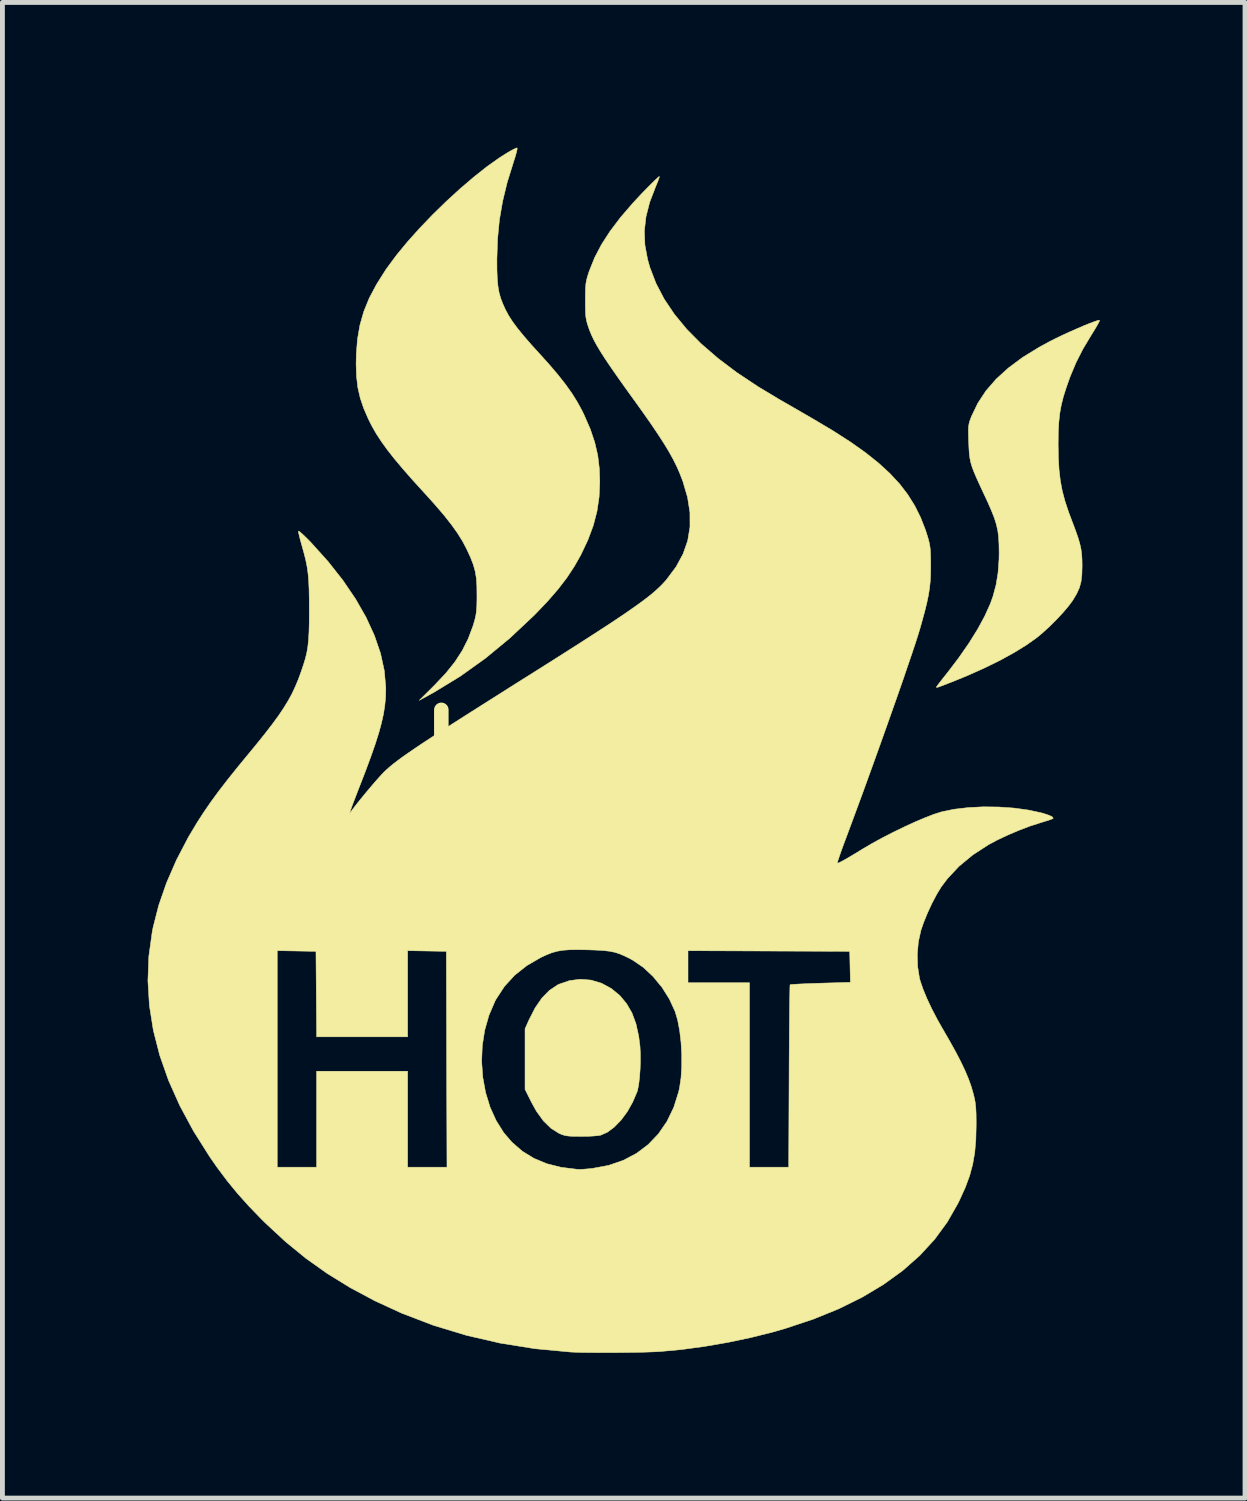
<source format=kicad_pcb>
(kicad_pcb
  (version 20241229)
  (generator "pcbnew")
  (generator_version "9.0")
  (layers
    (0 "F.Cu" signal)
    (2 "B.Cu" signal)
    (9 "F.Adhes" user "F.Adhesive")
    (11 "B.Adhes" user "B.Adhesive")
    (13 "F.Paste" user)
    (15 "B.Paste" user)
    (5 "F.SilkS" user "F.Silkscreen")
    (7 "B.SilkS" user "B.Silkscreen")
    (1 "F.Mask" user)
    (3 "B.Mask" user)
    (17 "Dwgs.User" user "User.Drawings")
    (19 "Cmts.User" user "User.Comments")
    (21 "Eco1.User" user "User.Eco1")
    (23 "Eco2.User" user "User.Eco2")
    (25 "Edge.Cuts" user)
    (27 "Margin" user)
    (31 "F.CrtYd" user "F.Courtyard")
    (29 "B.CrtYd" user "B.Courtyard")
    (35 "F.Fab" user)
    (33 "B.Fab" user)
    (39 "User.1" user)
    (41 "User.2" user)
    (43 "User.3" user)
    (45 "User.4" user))
  (footprint "hot_big"
    (layer "F.Cu")
    (at 9.839 12.446)
    (property "Reference" "hot_big" (at 0 0 0) (layer "F.SilkS") (effects (font (size 1.524 1.524) (thickness 0.3))))
    (attr through_hole)
    (fp_poly (pts (xy -0.681 4.747) (xy -0.465 4.812) (xy -0.263 4.921) (xy -0.088 5.065) (xy 0.053 5.234) (xy 0.164 5.426) (xy 0.246 5.648) (xy 0.303 5.906) (xy 0.329 6.11) (xy 0.337 6.256) (xy 0.338 6.42) (xy 0.332 6.591) (xy 0.32 6.756) (xy 0.303 6.901) (xy 0.281 7.014) (xy 0.271 7.05) (xy 0.179 7.266) (xy 0.067 7.465) (xy -0.062 7.639) (xy -0.202 7.783) (xy -0.346 7.89) (xy -0.483 7.95) (xy -0.543 7.96) (xy -0.64 7.968) (xy -0.76 7.974) (xy -0.889 7.975) (xy -1.027 7.974) (xy -1.126 7.97) (xy -1.2 7.961) (xy -1.261 7.945) (xy -1.322 7.921) (xy -1.343 7.912) (xy -1.508 7.808) (xy -1.664 7.656) (xy -1.808 7.458) (xy -1.91 7.274) (xy -2.045 7.003) (xy -2.045 5.753) (xy -1.964 5.571) (xy -1.836 5.32) (xy -1.696 5.117) (xy -1.542 4.96) (xy -1.373 4.847) (xy -1.348 4.834) (xy -1.128 4.758) (xy -0.904 4.729) (xy -0.681 4.747)) (stroke (width 0.01) (type solid)) (fill yes) (layer "F.SilkS"))
    (fp_poly (pts (xy 9.821 -8.882) (xy 9.814 -8.856) (xy 9.783 -8.796) (xy 9.734 -8.711) (xy 9.67 -8.607) (xy 9.653 -8.58) (xy 9.479 -8.29) (xy 9.336 -8.009) (xy 9.213 -7.716) (xy 9.132 -7.487) (xy 9.073 -7.3) (xy 9.03 -7.128) (xy 8.999 -6.957) (xy 8.98 -6.776) (xy 8.969 -6.571) (xy 8.966 -6.328) (xy 8.966 -6.325) (xy 8.971 -6.04) (xy 8.985 -5.792) (xy 9.011 -5.569) (xy 9.051 -5.356) (xy 9.108 -5.142) (xy 9.184 -4.913) (xy 9.248 -4.744) (xy 9.319 -4.556) (xy 9.373 -4.403) (xy 9.411 -4.275) (xy 9.437 -4.161) (xy 9.452 -4.051) (xy 9.459 -3.933) (xy 9.461 -3.81) (xy 9.456 -3.629) (xy 9.439 -3.483) (xy 9.405 -3.357) (xy 9.349 -3.233) (xy 9.269 -3.099) (xy 9.184 -2.983) (xy 9.068 -2.846) (xy 8.932 -2.7) (xy 8.785 -2.554) (xy 8.638 -2.42) (xy 8.522 -2.324) (xy 8.312 -2.175) (xy 8.059 -2.019) (xy 7.77 -1.86) (xy 7.451 -1.703) (xy 7.11 -1.55) (xy 6.838 -1.438) (xy 6.695 -1.382) (xy 6.592 -1.342) (xy 6.523 -1.316) (xy 6.481 -1.302) (xy 6.46 -1.298) (xy 6.452 -1.302) (xy 6.452 -1.306) (xy 6.467 -1.329) (xy 6.508 -1.384) (xy 6.57 -1.464) (xy 6.647 -1.561) (xy 6.682 -1.605) (xy 6.913 -1.909) (xy 7.121 -2.208) (xy 7.302 -2.498) (xy 7.451 -2.773) (xy 7.565 -3.026) (xy 7.618 -3.172) (xy 7.684 -3.416) (xy 7.725 -3.667) (xy 7.745 -3.943) (xy 7.747 -4.086) (xy 7.744 -4.258) (xy 7.736 -4.405) (xy 7.719 -4.537) (xy 7.69 -4.665) (xy 7.648 -4.8) (xy 7.588 -4.951) (xy 7.51 -5.129) (xy 7.444 -5.27) (xy 7.354 -5.463) (xy 7.283 -5.619) (xy 7.229 -5.745) (xy 7.189 -5.851) (xy 7.161 -5.944) (xy 7.143 -6.033) (xy 7.131 -6.126) (xy 7.124 -6.231) (xy 7.119 -6.357) (xy 7.118 -6.363) (xy 7.114 -6.505) (xy 7.112 -6.609) (xy 7.116 -6.686) (xy 7.126 -6.749) (xy 7.143 -6.808) (xy 7.169 -6.877) (xy 7.176 -6.896) (xy 7.307 -7.169) (xy 7.476 -7.425) (xy 7.686 -7.667) (xy 7.938 -7.896) (xy 8.234 -8.116) (xy 8.578 -8.327) (xy 8.789 -8.442) (xy 8.916 -8.506) (xy 9.058 -8.574) (xy 9.206 -8.642) (xy 9.354 -8.707) (xy 9.493 -8.767) (xy 9.617 -8.817) (xy 9.717 -8.855) (xy 9.788 -8.878) (xy 9.82 -8.883) (xy 9.821 -8.882)) (stroke (width 0.01) (type solid)) (fill yes) (layer "F.SilkS"))
    (fp_poly (pts (xy -2.208 -12.415) (xy -2.222 -12.352) (xy -2.248 -12.259) (xy -2.284 -12.147) (xy -2.286 -12.139) (xy -2.414 -11.728) (xy -2.508 -11.339) (xy -2.574 -10.956) (xy -2.612 -10.565) (xy -2.626 -10.149) (xy -2.626 -10.135) (xy -2.625 -9.914) (xy -2.618 -9.735) (xy -2.604 -9.586) (xy -2.582 -9.457) (xy -2.549 -9.338) (xy -2.503 -9.219) (xy -2.451 -9.104) (xy -2.387 -8.984) (xy -2.305 -8.856) (xy -2.201 -8.715) (xy -2.07 -8.555) (xy -1.91 -8.37) (xy -1.77 -8.217) (xy -1.551 -7.974) (xy -1.366 -7.757) (xy -1.211 -7.56) (xy -1.079 -7.375) (xy -0.967 -7.196) (xy -0.869 -7.017) (xy -0.825 -6.926) (xy -0.697 -6.632) (xy -0.605 -6.358) (xy -0.543 -6.09) (xy -0.51 -5.814) (xy -0.501 -5.55) (xy -0.515 -5.233) (xy -0.559 -4.935) (xy -0.635 -4.643) (xy -0.746 -4.345) (xy -0.892 -4.036) (xy -1.027 -3.798) (xy -1.181 -3.564) (xy -1.362 -3.328) (xy -1.575 -3.082) (xy -1.825 -2.82) (xy -1.865 -2.78) (xy -2.358 -2.317) (xy -2.862 -1.901) (xy -3.382 -1.529) (xy -3.921 -1.2) (xy -4.026 -1.142) (xy -4.229 -1.031) (xy -3.911 -1.347) (xy -3.682 -1.59) (xy -3.494 -1.824) (xy -3.342 -2.058) (xy -3.22 -2.3) (xy -3.122 -2.561) (xy -3.107 -2.609) (xy -3.079 -2.706) (xy -3.06 -2.792) (xy -3.048 -2.88) (xy -3.041 -2.984) (xy -3.038 -3.119) (xy -3.038 -3.2) (xy -3.04 -3.396) (xy -3.051 -3.557) (xy -3.075 -3.699) (xy -3.114 -3.837) (xy -3.172 -3.986) (xy -3.249 -4.153) (xy -3.332 -4.312) (xy -3.435 -4.478) (xy -3.562 -4.656) (xy -3.715 -4.851) (xy -3.9 -5.067) (xy -4.119 -5.311) (xy -4.129 -5.321) (xy -4.365 -5.581) (xy -4.568 -5.812) (xy -4.741 -6.018) (xy -4.888 -6.205) (xy -5.012 -6.377) (xy -5.118 -6.539) (xy -5.208 -6.697) (xy -5.279 -6.837) (xy -5.377 -7.063) (xy -5.449 -7.276) (xy -5.498 -7.49) (xy -5.525 -7.719) (xy -5.534 -7.974) (xy -5.53 -8.172) (xy -5.506 -8.488) (xy -5.455 -8.782) (xy -5.375 -9.063) (xy -5.261 -9.342) (xy -5.11 -9.626) (xy -4.92 -9.926) (xy -4.886 -9.974) (xy -4.695 -10.232) (xy -4.472 -10.503) (xy -4.222 -10.781) (xy -3.954 -11.061) (xy -3.674 -11.334) (xy -3.389 -11.595) (xy -3.106 -11.837) (xy -2.832 -12.054) (xy -2.573 -12.238) (xy -2.413 -12.339) (xy -2.327 -12.389) (xy -2.257 -12.424) (xy -2.215 -12.441) (xy -2.209 -12.441) (xy -2.208 -12.415)) (stroke (width 0.01) (type solid)) (fill yes) (layer "F.SilkS"))
    (fp_poly (pts (xy 0.729 -11.852) (xy 0.725 -11.826) (xy 0.703 -11.764) (xy 0.669 -11.679) (xy 0.652 -11.639) (xy 0.53 -11.321) (xy 0.453 -11.02) (xy 0.42 -10.727) (xy 0.431 -10.436) (xy 0.486 -10.14) (xy 0.533 -9.974) (xy 0.661 -9.641) (xy 0.83 -9.318) (xy 1.041 -9.004) (xy 1.295 -8.696) (xy 1.594 -8.394) (xy 1.939 -8.096) (xy 2.33 -7.801) (xy 2.771 -7.508) (xy 3.188 -7.257) (xy 3.327 -7.177) (xy 3.494 -7.081) (xy 3.672 -6.978) (xy 3.843 -6.879) (xy 3.924 -6.832) (xy 4.322 -6.595) (xy 4.674 -6.369) (xy 4.983 -6.15) (xy 5.253 -5.935) (xy 5.487 -5.721) (xy 5.688 -5.505) (xy 5.859 -5.283) (xy 6.004 -5.051) (xy 6.125 -4.808) (xy 6.226 -4.549) (xy 6.266 -4.424) (xy 6.293 -4.332) (xy 6.311 -4.251) (xy 6.323 -4.169) (xy 6.33 -4.071) (xy 6.333 -3.947) (xy 6.334 -3.81) (xy 6.332 -3.645) (xy 6.325 -3.495) (xy 6.31 -3.352) (xy 6.287 -3.205) (xy 6.254 -3.046) (xy 6.209 -2.863) (xy 6.15 -2.648) (xy 6.108 -2.5) (xy 6.069 -2.372) (xy 6.014 -2.201) (xy 5.944 -1.991) (xy 5.861 -1.748) (xy 5.768 -1.474) (xy 5.664 -1.176) (xy 5.552 -0.858) (xy 5.434 -0.524) (xy 5.311 -0.179) (xy 5.185 0.173) (xy 5.057 0.527) (xy 4.93 0.878) (xy 4.803 1.222) (xy 4.68 1.555) (xy 4.562 1.872) (xy 4.536 1.941) (xy 4.489 2.07) (xy 4.45 2.182) (xy 4.421 2.268) (xy 4.407 2.32) (xy 4.406 2.332) (xy 4.435 2.325) (xy 4.505 2.29) (xy 4.616 2.228) (xy 4.768 2.137) (xy 4.937 2.034) (xy 5.126 1.923) (xy 5.336 1.808) (xy 5.56 1.693) (xy 5.787 1.583) (xy 6.009 1.481) (xy 6.217 1.393) (xy 6.4 1.322) (xy 6.551 1.274) (xy 6.562 1.271) (xy 6.818 1.218) (xy 7.109 1.184) (xy 7.42 1.168) (xy 7.74 1.172) (xy 8.056 1.194) (xy 8.354 1.235) (xy 8.621 1.293) (xy 8.674 1.308) (xy 8.784 1.345) (xy 8.848 1.378) (xy 8.864 1.404) (xy 8.86 1.41) (xy 8.83 1.423) (xy 8.763 1.447) (xy 8.668 1.476) (xy 8.59 1.5) (xy 8.385 1.566) (xy 8.159 1.652) (xy 7.928 1.75) (xy 7.712 1.852) (xy 7.531 1.948) (xy 7.205 2.16) (xy 6.92 2.395) (xy 6.68 2.651) (xy 6.551 2.822) (xy 6.458 2.975) (xy 6.36 3.161) (xy 6.267 3.362) (xy 6.186 3.561) (xy 6.131 3.721) (xy 6.079 3.957) (xy 6.057 4.211) (xy 6.064 4.466) (xy 6.101 4.703) (xy 6.117 4.763) (xy 6.174 4.931) (xy 6.256 5.129) (xy 6.358 5.345) (xy 6.474 5.567) (xy 6.561 5.721) (xy 6.717 5.991) (xy 6.848 6.226) (xy 6.955 6.432) (xy 7.042 6.615) (xy 7.112 6.781) (xy 7.168 6.936) (xy 7.212 7.087) (xy 7.215 7.1) (xy 7.239 7.197) (xy 7.255 7.287) (xy 7.265 7.384) (xy 7.271 7.498) (xy 7.273 7.644) (xy 7.273 7.747) (xy 7.266 8.046) (xy 7.243 8.31) (xy 7.201 8.552) (xy 7.138 8.787) (xy 7.049 9.028) (xy 6.931 9.288) (xy 6.896 9.36) (xy 6.678 9.742) (xy 6.415 10.101) (xy 6.107 10.436) (xy 5.755 10.747) (xy 5.358 11.034) (xy 4.918 11.297) (xy 4.433 11.537) (xy 3.904 11.752) (xy 3.331 11.942) (xy 3.079 12.015) (xy 2.62 12.13) (xy 2.14 12.231) (xy 1.656 12.314) (xy 1.184 12.378) (xy 0.738 12.419) (xy 0.724 12.42) (xy 0.59 12.426) (xy 0.418 12.432) (xy 0.217 12.436) (xy -0.001 12.439) (xy -0.228 12.441) (xy -0.452 12.441) (xy -0.664 12.44) (xy -0.854 12.438) (xy -1.011 12.433) (xy -1.105 12.429) (xy -1.84 12.36) (xy -2.558 12.245) (xy -3.257 12.084) (xy -3.936 11.878) (xy -4.592 11.627) (xy -5.15 11.37) (xy -5.66 11.097) (xy -6.13 10.807) (xy -6.571 10.494) (xy -6.993 10.149) (xy -7.406 9.766) (xy -7.481 9.692) (xy -7.747 9.417) (xy -7.982 9.155) (xy -8.196 8.894) (xy -8.402 8.619) (xy -8.558 8.395) (xy -8.892 7.866) (xy -9.175 7.341) (xy -9.408 6.819) (xy -9.59 6.301) (xy -9.722 5.785) (xy -9.803 5.273) (xy -9.834 4.763) (xy -9.815 4.255) (xy -9.799 4.139) (xy -7.163 4.139) (xy -7.163 8.611) (xy -6.35 8.611) (xy -6.35 6.629) (xy -4.47 6.629) (xy -4.47 8.611) (xy -3.657 8.611) (xy -3.664 6.428) (xy -2.941 6.428) (xy -2.918 6.752) (xy -2.86 7.068) (xy -2.768 7.369) (xy -2.642 7.648) (xy -2.484 7.9) (xy -2.315 8.096) (xy -2.1 8.282) (xy -1.861 8.429) (xy -1.596 8.539) (xy -1.299 8.614) (xy -0.967 8.655) (xy -0.94 8.657) (xy -0.886 8.656) (xy -0.798 8.65) (xy -0.691 8.64) (xy -0.648 8.635) (xy -0.319 8.574) (xy -0.017 8.47) (xy 0.257 8.326) (xy 0.5 8.143) (xy 0.71 7.923) (xy 0.886 7.667) (xy 1.026 7.378) (xy 1.127 7.058) (xy 1.146 6.973) (xy 1.177 6.766) (xy 1.191 6.532) (xy 1.191 6.284) (xy 1.177 6.033) (xy 1.149 5.793) (xy 1.108 5.576) (xy 1.055 5.396) (xy 1.054 5.394) (xy 0.935 5.136) (xy 0.781 4.892) (xy 0.705 4.801) (xy 1.321 4.801) (xy 2.591 4.801) (xy 2.591 8.611) (xy 3.401 8.611) (xy 3.409 6.733) (xy 3.41 6.429) (xy 3.412 6.14) (xy 3.414 5.869) (xy 3.416 5.622) (xy 3.418 5.401) (xy 3.42 5.212) (xy 3.423 5.057) (xy 3.425 4.941) (xy 3.427 4.868) (xy 3.43 4.842) (xy 3.458 4.838) (xy 3.529 4.833) (xy 3.638 4.827) (xy 3.776 4.821) (xy 3.936 4.815) (xy 4.059 4.811) (xy 4.675 4.793) (xy 4.668 4.473) (xy 4.661 4.153) (xy 1.321 4.14) (xy 1.321 4.801) (xy 0.705 4.801) (xy 0.599 4.672) (xy 0.397 4.483) (xy 0.181 4.336) (xy 0.151 4.319) (xy 0.027 4.256) (xy -0.081 4.209) (xy -0.185 4.174) (xy -0.298 4.151) (xy -0.429 4.136) (xy -0.591 4.127) (xy -0.737 4.122) (xy -0.947 4.118) (xy -1.117 4.12) (xy -1.258 4.13) (xy -1.378 4.15) (xy -1.49 4.181) (xy -1.603 4.226) (xy -1.718 4.279) (xy -2.009 4.448) (xy -2.26 4.647) (xy -2.47 4.877) (xy -2.642 5.139) (xy -2.665 5.182) (xy -2.79 5.473) (xy -2.878 5.782) (xy -2.928 6.103) (xy -2.941 6.428) (xy -3.664 6.428) (xy -3.664 6.382) (xy -3.67 4.153) (xy -4.47 4.139) (xy -4.47 5.918) (xy -6.349 5.918) (xy -6.363 4.153) (xy -7.163 4.139) (xy -9.799 4.139) (xy -9.745 3.75) (xy -9.727 3.658) (xy -9.611 3.203) (xy -9.449 2.737) (xy -9.244 2.266) (xy -8.999 1.796) (xy -8.817 1.492) (xy -8.681 1.281) (xy -8.533 1.066) (xy -8.368 0.841) (xy -8.181 0.599) (xy -7.967 0.332) (xy -7.809 0.14) (xy -7.598 -0.116) (xy -7.418 -0.34) (xy -7.266 -0.537) (xy -7.137 -0.713) (xy -7.029 -0.874) (xy -6.937 -1.024) (xy -6.858 -1.169) (xy -6.79 -1.314) (xy -6.727 -1.465) (xy -6.668 -1.627) (xy -6.619 -1.772) (xy -6.58 -1.9) (xy -6.551 -2.022) (xy -6.53 -2.148) (xy -6.516 -2.285) (xy -6.507 -2.444) (xy -6.502 -2.634) (xy -6.501 -2.864) (xy -6.501 -2.897) (xy -6.502 -3.139) (xy -6.506 -3.338) (xy -6.514 -3.507) (xy -6.527 -3.654) (xy -6.546 -3.788) (xy -6.572 -3.92) (xy -6.607 -4.06) (xy -6.646 -4.2) (xy -6.679 -4.318) (xy -6.705 -4.418) (xy -6.721 -4.491) (xy -6.725 -4.526) (xy -6.725 -4.527) (xy -6.706 -4.519) (xy -6.658 -4.479) (xy -6.588 -4.413) (xy -6.502 -4.328) (xy -6.457 -4.281) (xy -6.11 -3.895) (xy -5.806 -3.509) (xy -5.545 -3.125) (xy -5.328 -2.745) (xy -5.156 -2.37) (xy -5.03 -2.003) (xy -4.952 -1.644) (xy -4.921 -1.297) (xy -4.921 -1.245) (xy -4.926 -1.083) (xy -4.942 -0.919) (xy -4.969 -0.748) (xy -5.01 -0.564) (xy -5.065 -0.361) (xy -5.137 -0.133) (xy -5.227 0.125) (xy -5.336 0.419) (xy -5.429 0.66) (xy -5.49 0.816) (xy -5.545 0.96) (xy -5.592 1.082) (xy -5.627 1.176) (xy -5.647 1.234) (xy -5.651 1.245) (xy -5.669 1.308) (xy -5.624 1.245) (xy -5.557 1.156) (xy -5.467 1.042) (xy -5.361 0.912) (xy -5.25 0.779) (xy -5.143 0.654) (xy -5.049 0.548) (xy -5.004 0.499) (xy -4.955 0.448) (xy -4.9 0.396) (xy -4.838 0.342) (xy -4.766 0.282) (xy -4.681 0.217) (xy -4.581 0.143) (xy -4.463 0.06) (xy -4.326 -0.034) (xy -4.167 -0.141) (xy -3.982 -0.262) (xy -3.771 -0.4) (xy -3.53 -0.555) (xy -3.257 -0.729) (xy -2.95 -0.924) (xy -2.605 -1.142) (xy -2.222 -1.385) (xy -1.981 -1.536) (xy -1.586 -1.785) (xy -1.232 -2.01) (xy -0.916 -2.211) (xy -0.636 -2.391) (xy -0.388 -2.552) (xy -0.171 -2.695) (xy 0.019 -2.823) (xy 0.183 -2.937) (xy 0.325 -3.038) (xy 0.447 -3.129) (xy 0.552 -3.211) (xy 0.642 -3.287) (xy 0.719 -3.358) (xy 0.788 -3.426) (xy 0.849 -3.492) (xy 0.88 -3.528) (xy 1.074 -3.788) (xy 1.219 -4.055) (xy 1.315 -4.329) (xy 1.362 -4.614) (xy 1.361 -4.912) (xy 1.312 -5.223) (xy 1.216 -5.551) (xy 1.202 -5.588) (xy 1.147 -5.73) (xy 1.085 -5.87) (xy 1.014 -6.012) (xy 0.93 -6.163) (xy 0.831 -6.327) (xy 0.713 -6.51) (xy 0.574 -6.717) (xy 0.409 -6.953) (xy 0.216 -7.223) (xy 0.204 -7.239) (xy 0.016 -7.5) (xy -0.144 -7.726) (xy -0.278 -7.919) (xy -0.39 -8.085) (xy -0.482 -8.228) (xy -0.556 -8.351) (xy -0.616 -8.46) (xy -0.664 -8.559) (xy -0.703 -8.651) (xy -0.729 -8.722) (xy -0.758 -8.809) (xy -0.777 -8.884) (xy -0.79 -8.959) (xy -0.796 -9.049) (xy -0.799 -9.166) (xy -0.799 -9.296) (xy -0.798 -9.444) (xy -0.795 -9.555) (xy -0.787 -9.642) (xy -0.773 -9.718) (xy -0.751 -9.798) (xy -0.72 -9.894) (xy -0.715 -9.906) (xy -0.607 -10.176) (xy -0.465 -10.447) (xy -0.286 -10.724) (xy -0.069 -11.01) (xy 0.19 -11.31) (xy 0.368 -11.501) (xy 0.476 -11.611) (xy 0.571 -11.706) (xy 0.648 -11.782) (xy 0.702 -11.832) (xy 0.728 -11.852) (xy 0.729 -11.852)) (stroke (width 0.01) (type solid)) (fill yes) (layer "F.SilkS")))
  (gr_rect
    (start -3 -3)
    (end 22.665 27.892)
    (stroke (width 0.1) (type default))
    (fill no)
    (layer "Edge.Cuts")))
</source>
